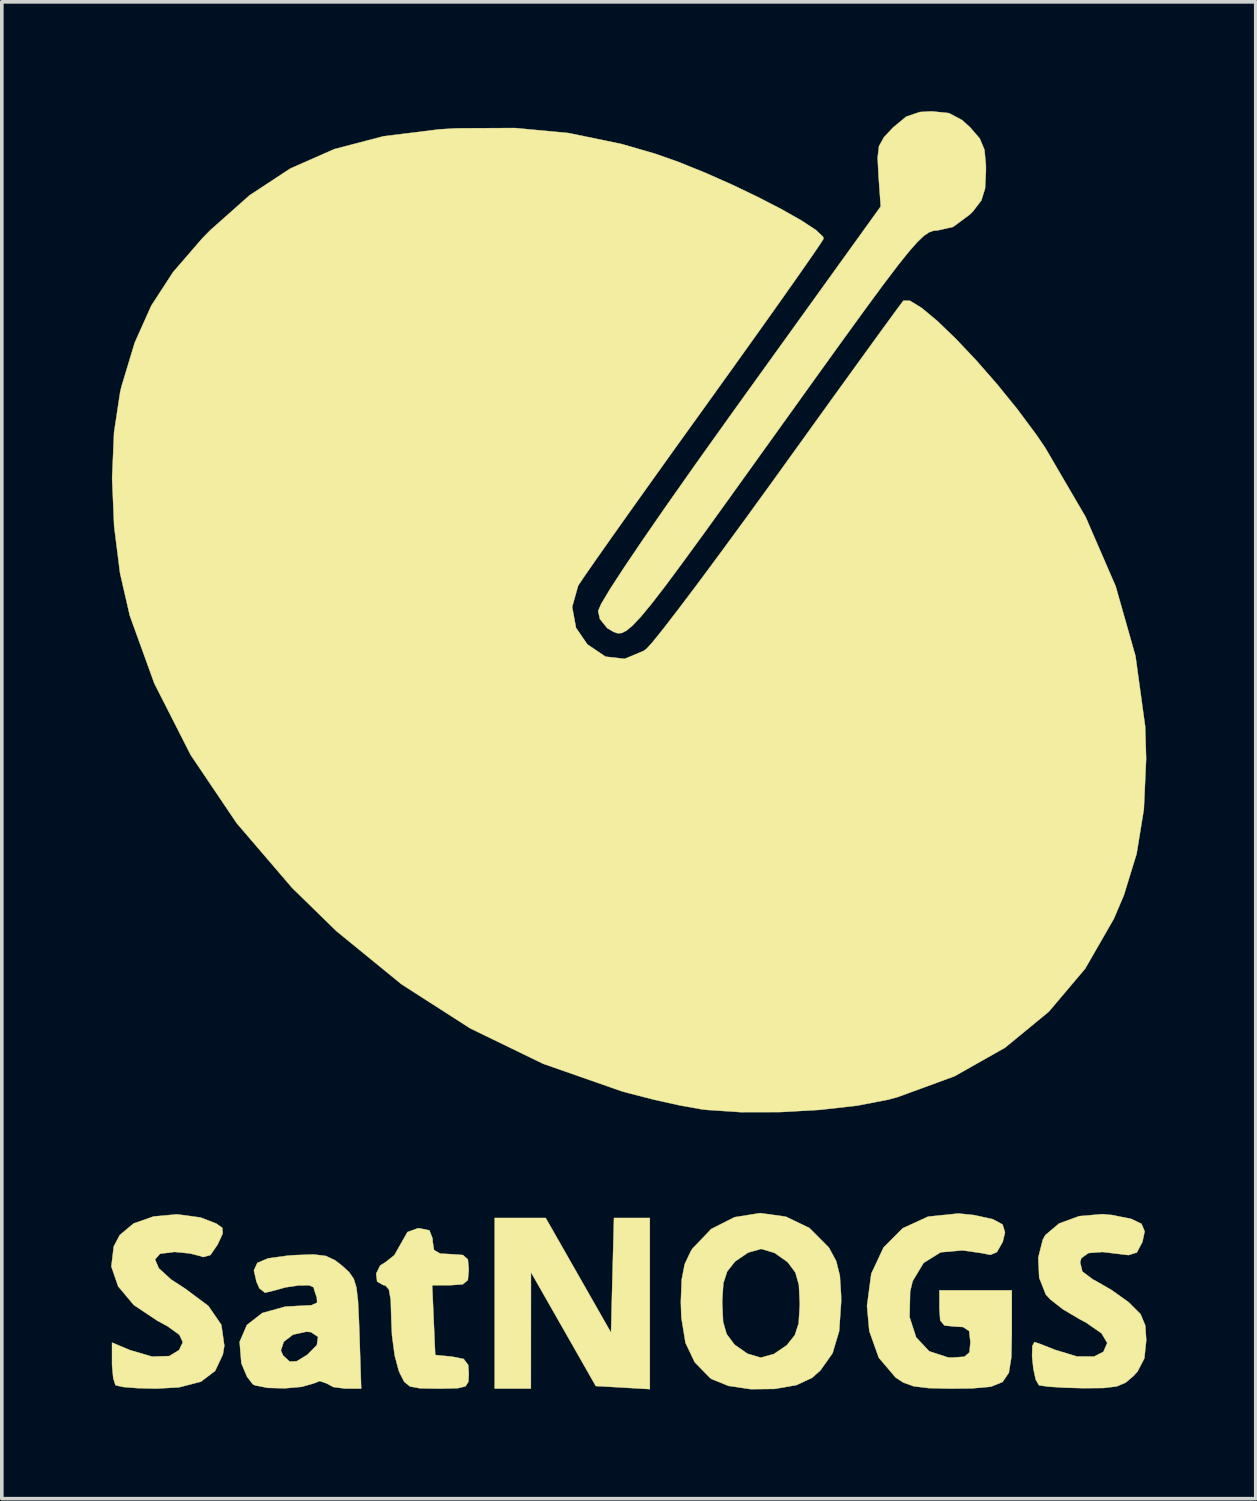
<source format=kicad_pcb>
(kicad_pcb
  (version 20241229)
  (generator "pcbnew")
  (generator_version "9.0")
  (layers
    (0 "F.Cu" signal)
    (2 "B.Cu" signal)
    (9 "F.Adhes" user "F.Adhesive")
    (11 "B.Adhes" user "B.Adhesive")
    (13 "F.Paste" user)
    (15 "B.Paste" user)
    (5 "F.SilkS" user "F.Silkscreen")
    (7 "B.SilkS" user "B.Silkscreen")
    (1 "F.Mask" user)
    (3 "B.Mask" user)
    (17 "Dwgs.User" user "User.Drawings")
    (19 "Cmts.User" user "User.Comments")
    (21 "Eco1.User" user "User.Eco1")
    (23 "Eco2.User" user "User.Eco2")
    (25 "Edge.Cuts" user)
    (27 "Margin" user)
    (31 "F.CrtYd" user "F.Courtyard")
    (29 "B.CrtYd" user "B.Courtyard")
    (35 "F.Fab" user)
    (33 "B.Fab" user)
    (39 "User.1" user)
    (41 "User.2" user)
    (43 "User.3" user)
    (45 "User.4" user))
  (footprint "satnogs_logo"
    (layer "F.Cu")
    (at 14.214 17.459)
    (property "Reference" "satnogs_logo" (at 0 0 0) (layer "F.SilkS") (effects (font (size 1.524 1.524) (thickness 0.3))))
    (attr through_hole)
    (fp_poly (pts (xy -1.393 14.486) (xy -0.497 16.059) (xy -0.457 14.486) (xy -0.416 12.913) (xy 0.568 12.913) (xy 0.568 17.61) (xy -0.174 17.567) (xy -0.915 17.525) (xy -2.694 14.403) (xy -2.696 17.596) (xy -3.689 17.596) (xy -3.689 12.913) (xy -2.29 12.913) (xy -1.393 14.486)) (stroke (width 0.01) (type solid)) (fill yes) (layer "F.SilkS"))
    (fp_poly (pts (xy -5.481 13.253) (xy -5.394 13.475) (xy -5.392 13.551) (xy -5.355 13.791) (xy -5.188 13.89) (xy -4.896 13.906) (xy -4.562 13.93) (xy -4.425 14.05) (xy -4.399 14.332) (xy -4.426 14.617) (xy -4.564 14.734) (xy -4.9 14.758) (xy -4.902 14.758) (xy -5.405 14.758) (xy -5.363 15.715) (xy -5.321 16.673) (xy -4.86 16.718) (xy -4.54 16.782) (xy -4.416 16.948) (xy -4.399 17.179) (xy -4.411 17.409) (xy -4.49 17.533) (xy -4.704 17.585) (xy -5.118 17.595) (xy -5.258 17.596) (xy -5.735 17.588) (xy -6.012 17.539) (xy -6.171 17.411) (xy -6.296 17.166) (xy -6.322 17.103) (xy -6.432 16.694) (xy -6.507 16.138) (xy -6.527 15.684) (xy -6.541 15.166) (xy -6.592 14.877) (xy -6.691 14.765) (xy -6.74 14.758) (xy -6.915 14.659) (xy -6.942 14.441) (xy -6.831 14.218) (xy -6.681 14.123) (xy -6.443 13.935) (xy -6.263 13.617) (xy -6.084 13.3) (xy -5.804 13.198) (xy -5.754 13.197) (xy -5.481 13.253)) (stroke (width 0.01) (type solid)) (fill yes) (layer "F.SilkS"))
    (fp_poly (pts (xy -11.765 12.899) (xy -11.333 13.065) (xy -11.164 13.184) (xy -11.153 13.341) (xy -11.29 13.639) (xy -11.49 13.931) (xy -11.688 13.986) (xy -11.752 13.963) (xy -12.056 13.886) (xy -12.465 13.846) (xy -12.487 13.846) (xy -12.872 13.895) (xy -13.01 14.051) (xy -12.906 14.294) (xy -12.568 14.602) (xy -12.179 14.855) (xy -11.546 15.327) (xy -11.19 15.846) (xy -11.108 16.419) (xy -11.149 16.661) (xy -11.36 17.109) (xy -11.749 17.404) (xy -12.345 17.56) (xy -12.979 17.596) (xy -13.493 17.583) (xy -13.89 17.551) (xy -14.09 17.505) (xy -14.095 17.501) (xy -14.157 17.309) (xy -14.189 16.955) (xy -14.19 16.87) (xy -14.19 16.333) (xy -13.698 16.539) (xy -13.092 16.717) (xy -12.619 16.703) (xy -12.35 16.538) (xy -12.247 16.322) (xy -12.343 16.117) (xy -12.667 15.884) (xy -12.94 15.737) (xy -13.593 15.301) (xy -14.02 14.793) (xy -14.209 14.246) (xy -14.143 13.695) (xy -13.977 13.381) (xy -13.598 13.064) (xy -13.046 12.871) (xy -12.406 12.813) (xy -11.765 12.899)) (stroke (width 0.01) (type solid)) (fill yes) (layer "F.SilkS"))
    (fp_poly (pts (xy 9.475 12.836) (xy 9.981 12.948) (xy 10.247 13.091) (xy 10.314 13.308) (xy 10.252 13.57) (xy 10.091 13.851) (xy 9.915 13.925) (xy 9.655 13.875) (xy 9.253 13.817) (xy 9.143 13.803) (xy 8.548 13.855) (xy 8.081 14.145) (xy 7.781 14.644) (xy 7.711 14.927) (xy 7.695 15.632) (xy 7.877 16.191) (xy 8.235 16.571) (xy 8.748 16.739) (xy 8.869 16.744) (xy 9.202 16.72) (xy 9.339 16.6) (xy 9.365 16.318) (xy 9.33 16.017) (xy 9.164 15.906) (xy 8.94 15.893) (xy 8.654 15.865) (xy 8.536 15.725) (xy 8.514 15.396) (xy 8.514 14.899) (xy 10.501 14.899) (xy 10.501 16.101) (xy 10.488 16.735) (xy 10.42 17.159) (xy 10.248 17.414) (xy 9.925 17.544) (xy 9.402 17.59) (xy 8.826 17.596) (xy 8.217 17.582) (xy 7.808 17.532) (xy 7.518 17.427) (xy 7.31 17.288) (xy 6.851 16.749) (xy 6.59 16.016) (xy 6.527 15.325) (xy 6.645 14.441) (xy 6.981 13.723) (xy 7.509 13.194) (xy 8.203 12.876) (xy 9.038 12.79) (xy 9.475 12.836)) (stroke (width 0.01) (type solid)) (fill yes) (layer "F.SilkS"))
    (fp_poly (pts (xy 8.776 -17.405) (xy 9.138 -17.213) (xy 9.354 -17.017) (xy 9.62 -16.71) (xy 9.75 -16.402) (xy 9.79 -15.97) (xy 9.791 -15.822) (xy 9.767 -15.336) (xy 9.665 -15.009) (xy 9.439 -14.713) (xy 9.354 -14.627) (xy 8.89 -14.283) (xy 8.468 -14.188) (xy 8.351 -14.177) (xy 8.229 -14.134) (xy 8.088 -14.038) (xy 7.909 -13.868) (xy 7.676 -13.603) (xy 7.372 -13.223) (xy 6.981 -12.708) (xy 6.487 -12.037) (xy 5.872 -11.189) (xy 5.12 -10.145) (xy 4.541 -9.337) (xy 3.554 -7.961) (xy 2.72 -6.798) (xy 2.023 -5.831) (xy 1.449 -5.044) (xy 0.985 -4.419) (xy 0.614 -3.939) (xy 0.324 -3.588) (xy 0.1 -3.349) (xy -0.073 -3.204) (xy -0.209 -3.137) (xy -0.322 -3.132) (xy -0.427 -3.17) (xy -0.537 -3.235) (xy -0.603 -3.275) (xy -0.802 -3.522) (xy -0.851 -3.743) (xy -0.768 -3.936) (xy -0.526 -4.341) (xy -0.133 -4.945) (xy 0.399 -5.732) (xy 1.06 -6.687) (xy 1.841 -7.796) (xy 2.732 -9.045) (xy 3.026 -9.455) (xy 6.904 -14.844) (xy 6.843 -15.697) (xy 6.819 -16.185) (xy 6.857 -16.498) (xy 6.99 -16.739) (xy 7.233 -17.002) (xy 7.601 -17.307) (xy 7.975 -17.435) (xy 8.301 -17.454) (xy 8.776 -17.405)) (stroke (width 0.01) (type solid)) (fill yes) (layer "F.SilkS"))
    (fp_poly (pts (xy 13.243 12.832) (xy 13.772 12.936) (xy 14.059 13.073) (xy 14.147 13.28) (xy 14.085 13.57) (xy 13.933 13.86) (xy 13.706 13.932) (xy 13.607 13.921) (xy 12.991 13.847) (xy 12.605 13.876) (xy 12.411 14.013) (xy 12.375 14.125) (xy 12.436 14.382) (xy 12.732 14.604) (xy 12.804 14.64) (xy 13.236 14.889) (xy 13.678 15.204) (xy 13.733 15.25) (xy 14.033 15.55) (xy 14.164 15.865) (xy 14.19 16.267) (xy 14.138 16.767) (xy 13.95 17.128) (xy 13.842 17.247) (xy 13.625 17.431) (xy 13.381 17.535) (xy 13.023 17.579) (xy 12.469 17.584) (xy 12.458 17.584) (xy 11.925 17.569) (xy 11.495 17.541) (xy 11.254 17.505) (xy 11.246 17.502) (xy 11.158 17.352) (xy 11.092 17.049) (xy 11.057 16.704) (xy 11.065 16.424) (xy 11.122 16.318) (xy 11.274 16.368) (xy 11.587 16.491) (xy 11.685 16.531) (xy 12.285 16.713) (xy 12.759 16.715) (xy 13.015 16.585) (xy 13.12 16.343) (xy 12.962 16.078) (xy 12.534 15.781) (xy 12.337 15.676) (xy 11.902 15.418) (xy 11.551 15.143) (xy 11.433 15.012) (xy 11.253 14.554) (xy 11.226 14.004) (xy 11.352 13.505) (xy 11.423 13.381) (xy 11.799 13.064) (xy 12.351 12.863) (xy 12.988 12.808) (xy 13.243 12.832)) (stroke (width 0.01) (type solid)) (fill yes) (layer "F.SilkS"))
    (fp_poly (pts (xy -8.322 13.955) (xy -8.063 14.078) (xy -7.865 14.233) (xy -7.68 14.405) (xy -7.558 14.581) (xy -7.483 14.823) (xy -7.44 15.194) (xy -7.413 15.758) (xy -7.401 16.093) (xy -7.353 17.596) (xy -7.783 17.596) (xy -8.116 17.553) (xy -8.301 17.453) (xy -8.49 17.388) (xy -8.655 17.453) (xy -8.986 17.547) (xy -9.448 17.588) (xy -9.917 17.575) (xy -10.267 17.506) (xy -10.326 17.477) (xy -10.485 17.271) (xy -10.632 16.922) (xy -10.642 16.888) (xy -10.669 16.549) (xy -9.557 16.549) (xy -9.495 16.688) (xy -9.314 16.855) (xy -9.122 16.845) (xy -8.829 16.665) (xy -8.569 16.401) (xy -8.537 16.176) (xy -8.73 16.046) (xy -8.859 16.035) (xy -9.222 16.114) (xy -9.477 16.308) (xy -9.557 16.549) (xy -10.669 16.549) (xy -10.689 16.314) (xy -10.489 15.85) (xy -10.065 15.52) (xy -9.441 15.347) (xy -9.102 15.327) (xy -8.719 15.308) (xy -8.562 15.237) (xy -8.57 15.101) (xy -8.645 14.874) (xy -8.656 14.817) (xy -8.776 14.762) (xy -9.069 14.764) (xy -9.428 14.817) (xy -9.715 14.898) (xy -9.993 14.965) (xy -10.147 14.842) (xy -10.226 14.662) (xy -10.297 14.352) (xy -10.203 14.147) (xy -9.909 14.021) (xy -9.378 13.948) (xy -9.177 13.933) (xy -8.66 13.914) (xy -8.322 13.955)) (stroke (width 0.01) (type solid)) (fill yes) (layer "F.SilkS"))
    (fp_poly (pts (xy 4.302 12.878) (xy 4.947 13.188) (xy 5.468 13.71) (xy 5.496 13.75) (xy 5.683 14.099) (xy 5.783 14.5) (xy 5.817 15.055) (xy 5.818 15.211) (xy 5.763 16.018) (xy 5.582 16.625) (xy 5.249 17.096) (xy 5.021 17.299) (xy 4.588 17.5) (xy 3.991 17.604) (xy 3.336 17.611) (xy 2.725 17.521) (xy 2.263 17.333) (xy 2.216 17.299) (xy 1.799 16.871) (xy 1.546 16.339) (xy 1.432 15.64) (xy 1.42 15.254) (xy 2.554 15.254) (xy 2.579 15.763) (xy 2.675 16.098) (xy 2.875 16.367) (xy 2.902 16.396) (xy 3.248 16.638) (xy 3.606 16.744) (xy 3.618 16.744) (xy 3.972 16.646) (xy 4.322 16.408) (xy 4.334 16.396) (xy 4.547 16.127) (xy 4.652 15.804) (xy 4.682 15.318) (xy 4.683 15.254) (xy 4.658 14.745) (xy 4.562 14.41) (xy 4.362 14.141) (xy 4.334 14.113) (xy 3.989 13.871) (xy 3.631 13.764) (xy 3.618 13.764) (xy 3.265 13.863) (xy 2.915 14.101) (xy 2.902 14.113) (xy 2.69 14.381) (xy 2.585 14.705) (xy 2.554 15.19) (xy 2.554 15.254) (xy 1.42 15.254) (xy 1.419 15.211) (xy 1.442 14.607) (xy 1.524 14.181) (xy 1.69 13.829) (xy 1.741 13.75) (xy 2.253 13.215) (xy 2.892 12.892) (xy 3.596 12.779) (xy 4.302 12.878)) (stroke (width 0.01) (type solid)) (fill yes) (layer "F.SilkS"))
    (fp_poly (pts (xy -1.656 -16.857) (xy -0.203 -16.556) (xy 0.709 -16.292) (xy 1.356 -16.064) (xy 2.071 -15.775) (xy 2.811 -15.448) (xy 3.531 -15.103) (xy 4.186 -14.765) (xy 4.733 -14.455) (xy 5.126 -14.196) (xy 5.322 -14.011) (xy 5.333 -13.955) (xy 5.236 -13.802) (xy 4.992 -13.445) (xy 4.618 -12.909) (xy 4.133 -12.221) (xy 3.555 -11.407) (xy 2.902 -10.493) (xy 2.193 -9.504) (xy 2.01 -9.249) (xy 1.285 -8.241) (xy 0.609 -7.295) (xy -0.000446 -6.44) (xy -0.524 -5.701) (xy -0.942 -5.106) (xy -1.237 -4.681) (xy -1.388 -4.454) (xy -1.401 -4.432) (xy -1.564 -3.853) (xy -1.458 -3.281) (xy -1.146 -2.827) (xy -0.648 -2.49) (xy -0.123 -2.43) (xy 0.4 -2.649) (xy 0.474 -2.703) (xy 0.637 -2.881) (xy 0.944 -3.263) (xy 1.375 -3.823) (xy 1.911 -4.533) (xy 2.53 -5.369) (xy 3.213 -6.301) (xy 3.94 -7.304) (xy 4.126 -7.563) (xy 4.851 -8.57) (xy 5.525 -9.507) (xy 6.132 -10.347) (xy 6.652 -11.066) (xy 7.068 -11.638) (xy 7.36 -12.037) (xy 7.511 -12.239) (xy 7.526 -12.257) (xy 7.706 -12.256) (xy 8.026 -12.06) (xy 8.456 -11.702) (xy 8.965 -11.212) (xy 9.521 -10.624) (xy 10.094 -9.969) (xy 10.654 -9.279) (xy 11.17 -8.585) (xy 11.416 -8.224) (xy 12.525 -6.326) (xy 13.351 -4.421) (xy 13.895 -2.506) (xy 14.16 -0.577) (xy 14.187 0.313) (xy 14.124 1.701) (xy 13.926 2.919) (xy 13.577 4.055) (xy 13.3 4.706) (xy 12.514 6.072) (xy 11.516 7.252) (xy 10.317 8.239) (xy 8.928 9.024) (xy 7.361 9.598) (xy 7.112 9.665) (xy 6.261 9.83) (xy 5.234 9.946) (xy 4.134 10.008) (xy 3.066 10.01) (xy 2.133 9.948) (xy 1.98 9.929) (xy 1.396 9.825) (xy 0.675 9.665) (xy -0.047 9.479) (xy -0.211 9.433) (xy -2.359 8.682) (xy -4.361 7.71) (xy -6.243 6.502) (xy -8.032 5.042) (xy -9.248 3.855) (xy -10.769 2.08) (xy -12.031 0.208) (xy -13.028 -1.753) (xy -13.703 -3.618) (xy -13.97 -4.781) (xy -14.132 -6.069) (xy -14.188 -7.388) (xy -14.134 -8.647) (xy -13.966 -9.753) (xy -13.931 -9.901) (xy -13.568 -11.104) (xy -13.113 -12.12) (xy -12.516 -13.04) (xy -11.723 -13.958) (xy -11.494 -14.192) (xy -10.416 -15.149) (xy -9.297 -15.885) (xy -8.088 -16.418) (xy -6.74 -16.77) (xy -5.206 -16.96) (xy -4.733 -16.988) (xy -3.128 -16.996) (xy -1.656 -16.857)) (stroke (width 0.01) (type solid)) (fill yes) (layer "F.SilkS")))
  (gr_rect
    (start -3 -3)
    (end 31.409 38.075)
    (stroke (width 0.1) (type default))
    (fill no)
    (layer "Edge.Cuts")))
</source>
